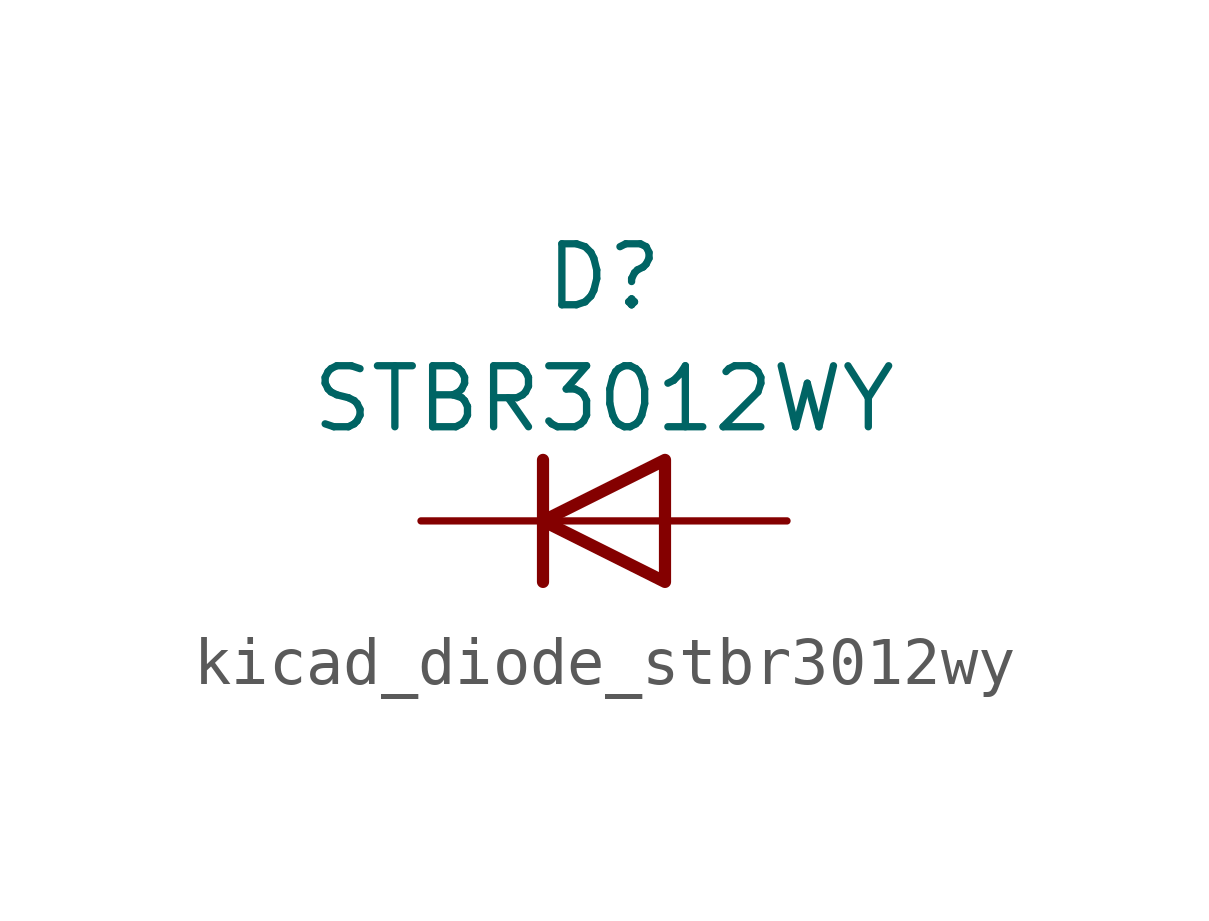
<source format=kicad_sym>
(kicad_symbol_lib
  (version 20220914)
  (generator kicad_symbol_editor)
  (symbol "kicad_diode_stbr3012wy"
    (pin_numbers hide)
    (pin_names hide)
    (property "Reference" "D"
      (at 0 5.08 0)
      (effects (font (size 1.27 1.27))))
    (property "Value" "STBR3012WY"
      (at 0 2.54 0)
      (effects (font (size 1.27 1.27))))
    (symbol "kicad_diode_stbr3012wy_0_1"
      (polyline (pts (xy -1.27 1.27) (xy -1.27 -1.27)) (stroke (width 0.254) (type default)) (fill (type none)))
      (polyline (pts (xy 1.27 0) (xy -1.27 0)) (stroke (width 0) (type default)) (fill (type none)))
      (polyline (pts (xy 1.27 1.27) (xy 1.27 -1.27) (xy -1.27 0) (xy 1.27 1.27)) (stroke (width 0.254) (type default)) (fill (type none))))
    (symbol "kicad_diode_stbr3012wy_1_1"
      (pin passive line (at -3.81 0 0) (length 2.54) (name "K" (effects (font (size 1.27 1.27)))) (number "1" (effects (font (size 1.27 1.27)))))
      (pin passive line (at 3.81 0 180) (length 2.54) (name "A" (effects (font (size 1.27 1.27)))) (number "2" (effects (font (size 1.27 1.27))))))))
</source>
